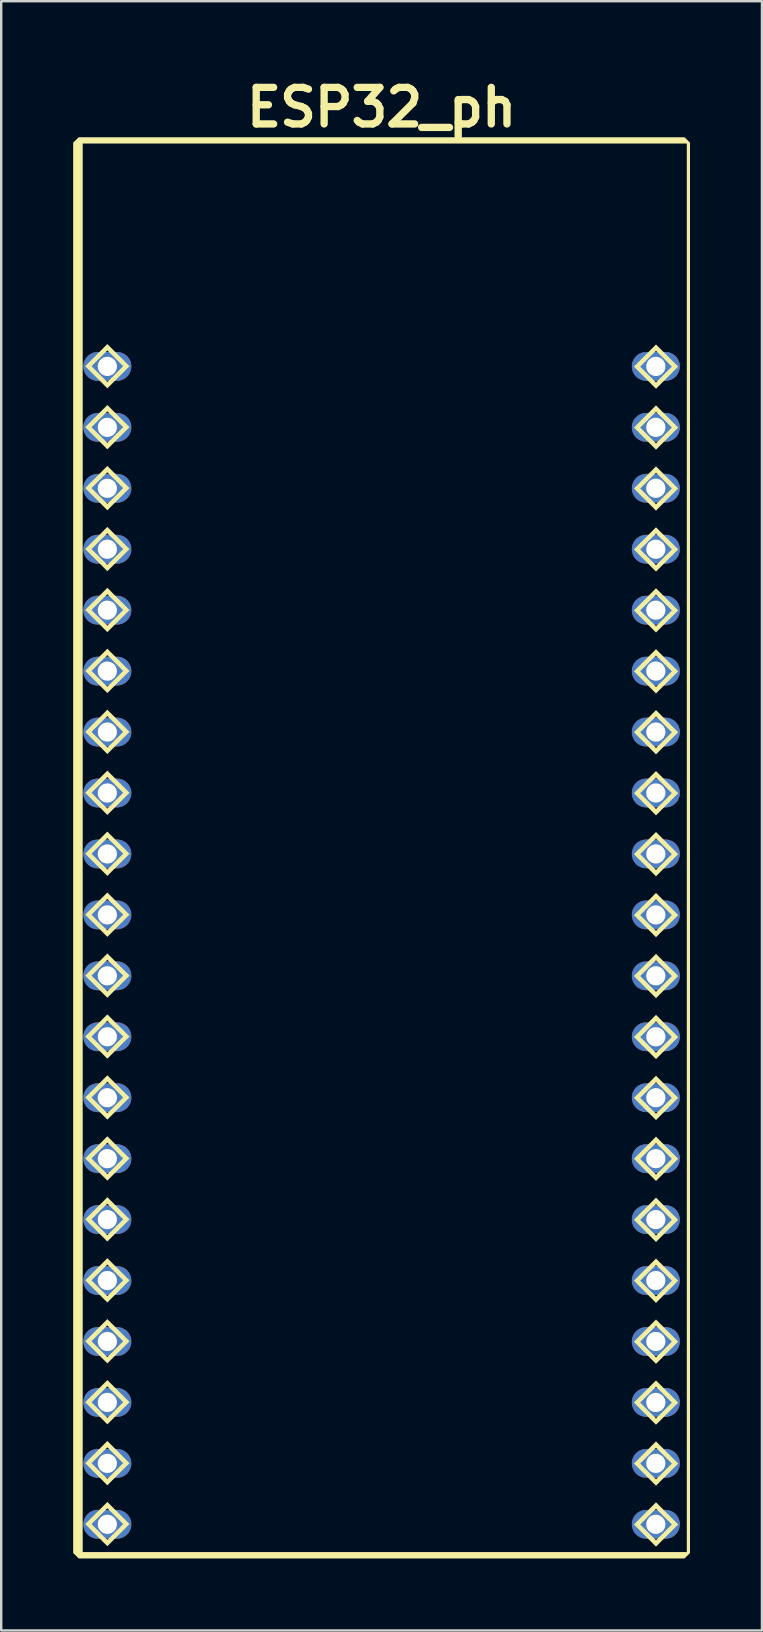
<source format=kicad_pcb>
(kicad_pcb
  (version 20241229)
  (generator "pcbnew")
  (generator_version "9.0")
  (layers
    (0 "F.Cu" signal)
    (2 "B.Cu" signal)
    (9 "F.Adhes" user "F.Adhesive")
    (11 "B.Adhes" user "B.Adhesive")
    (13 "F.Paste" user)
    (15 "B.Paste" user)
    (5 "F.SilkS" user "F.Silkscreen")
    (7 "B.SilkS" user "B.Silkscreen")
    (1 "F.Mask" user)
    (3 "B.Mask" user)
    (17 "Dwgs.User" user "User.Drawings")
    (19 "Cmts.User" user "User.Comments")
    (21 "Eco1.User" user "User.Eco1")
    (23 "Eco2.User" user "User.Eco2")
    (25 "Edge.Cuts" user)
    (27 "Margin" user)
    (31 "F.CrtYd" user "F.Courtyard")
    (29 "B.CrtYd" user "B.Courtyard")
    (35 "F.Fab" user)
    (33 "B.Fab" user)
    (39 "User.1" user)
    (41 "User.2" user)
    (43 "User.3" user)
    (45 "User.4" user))
  (footprint "ESP32_ph"
    (layer "F.Cu")
    (at 12.854 32.287)
    (property "Reference" "ESP32_ph" (at 0 -30.861 0) (layer "F.SilkS") (effects (font (size 1.524 1.524) (thickness 0.305))))
    (attr smd)
    (fp_poly (pts (xy -11.43 -20.998) (xy -11.43 -20.732) (xy -10.771 -20.074) (xy -11.43 -19.414) (xy -12.09 -20.074) (xy -11.43 -20.732) (xy -11.43 -20.998) (xy -12.354 -20.074) (xy -11.43 -19.15) (xy -10.506 -20.074) (xy -11.43 -20.998)) (stroke (width 0) (type solid)) (fill yes) (layer "F.SilkS"))
    (fp_poly (pts (xy -11.43 -18.457) (xy -11.43 -18.193) (xy -10.771 -17.533) (xy -11.43 -16.875) (xy -12.09 -17.533) (xy -11.43 -18.193) (xy -11.43 -18.457) (xy -12.354 -17.533) (xy -11.43 -16.609) (xy -10.506 -17.533) (xy -11.43 -18.457)) (stroke (width 0) (type solid)) (fill yes) (layer "F.SilkS"))
    (fp_poly (pts (xy -11.43 -15.918) (xy -11.43 -15.652) (xy -10.771 -14.994) (xy -11.43 -14.334) (xy -12.09 -14.994) (xy -11.43 -15.652) (xy -11.43 -15.918) (xy -12.354 -14.994) (xy -11.43 -14.07) (xy -10.506 -14.994) (xy -11.43 -15.918)) (stroke (width 0) (type solid)) (fill yes) (layer "F.SilkS"))
    (fp_poly (pts (xy -11.43 -13.377) (xy -11.43 -13.113) (xy -10.771 -12.453) (xy -11.43 -11.795) (xy -12.09 -12.453) (xy -11.43 -13.113) (xy -11.43 -13.377) (xy -12.354 -12.453) (xy -11.43 -11.531) (xy -10.506 -12.453) (xy -11.43 -13.377)) (stroke (width 0) (type solid)) (fill yes) (layer "F.SilkS"))
    (fp_poly (pts (xy -11.43 -10.838) (xy -11.43 -10.572) (xy -10.771 -9.914) (xy -11.43 -9.256) (xy -12.09 -9.914) (xy -11.43 -10.572) (xy -11.43 -10.838) (xy -12.354 -9.914) (xy -11.43 -8.99) (xy -10.506 -9.914) (xy -11.43 -10.838)) (stroke (width 0) (type solid)) (fill yes) (layer "F.SilkS"))
    (fp_poly (pts (xy -11.43 -8.299) (xy -11.43 -8.033) (xy -10.771 -7.375) (xy -11.43 -6.715) (xy -12.09 -7.375) (xy -11.43 -8.033) (xy -11.43 -8.299) (xy -12.354 -7.375) (xy -11.43 -6.451) (xy -10.506 -7.375) (xy -11.43 -8.299)) (stroke (width 0) (type solid)) (fill yes) (layer "F.SilkS"))
    (fp_poly (pts (xy -11.43 -5.758) (xy -11.43 -5.494) (xy -10.771 -4.834) (xy -11.43 -4.176) (xy -12.09 -4.834) (xy -11.43 -5.494) (xy -11.43 -5.758) (xy -12.354 -4.834) (xy -11.43 -3.91) (xy -10.506 -4.834) (xy -11.43 -5.758)) (stroke (width 0) (type solid)) (fill yes) (layer "F.SilkS"))
    (fp_poly (pts (xy -11.43 -3.219) (xy -11.43 -2.953) (xy -10.771 -2.295) (xy -11.43 -1.635) (xy -12.09 -2.295) (xy -11.43 -2.953) (xy -11.43 -3.219) (xy -12.354 -2.295) (xy -11.43 -1.371) (xy -10.506 -2.295) (xy -11.43 -3.219)) (stroke (width 0) (type solid)) (fill yes) (layer "F.SilkS"))
    (fp_poly (pts (xy -11.43 -0.678) (xy -11.43 -0.414) (xy -10.771 0.246) (xy -11.43 0.904) (xy -12.09 0.246) (xy -11.43 -0.414) (xy -11.43 -0.678) (xy -12.354 0.246) (xy -11.43 1.17) (xy -10.506 0.246) (xy -11.43 -0.678)) (stroke (width 0) (type solid)) (fill yes) (layer "F.SilkS"))
    (fp_poly (pts (xy -11.43 1.861) (xy -11.43 2.127) (xy -10.771 2.785) (xy -11.43 3.445) (xy -12.09 2.785) (xy -11.43 2.127) (xy -11.43 1.861) (xy -12.354 2.785) (xy -11.43 3.709) (xy -10.506 2.785) (xy -11.43 1.861)) (stroke (width 0) (type solid)) (fill yes) (layer "F.SilkS"))
    (fp_poly (pts (xy -11.43 4.402) (xy -11.43 4.666) (xy -10.771 5.326) (xy -11.43 5.984) (xy -12.09 5.326) (xy -11.43 4.666) (xy -11.43 4.402) (xy -12.354 5.326) (xy -11.43 6.248) (xy -10.506 5.326) (xy -11.43 4.402)) (stroke (width 0) (type solid)) (fill yes) (layer "F.SilkS"))
    (fp_poly (pts (xy -11.43 6.941) (xy -11.43 7.207) (xy -10.771 7.865) (xy -11.43 8.523) (xy -12.09 7.865) (xy -11.43 7.207) (xy -11.43 6.941) (xy -12.354 7.865) (xy -11.43 8.789) (xy -10.506 7.865) (xy -11.43 6.941)) (stroke (width 0) (type solid)) (fill yes) (layer "F.SilkS"))
    (fp_poly (pts (xy -11.43 9.48) (xy -11.43 9.746) (xy -10.771 10.404) (xy -11.43 11.064) (xy -12.09 10.404) (xy -11.43 9.746) (xy -11.43 9.48) (xy -12.354 10.404) (xy -11.43 11.328) (xy -10.506 10.404) (xy -11.43 9.48)) (stroke (width 0) (type solid)) (fill yes) (layer "F.SilkS"))
    (fp_poly (pts (xy -11.43 12.021) (xy -11.43 12.285) (xy -10.771 12.945) (xy -11.43 13.604) (xy -12.09 12.945) (xy -11.43 12.285) (xy -11.43 12.021) (xy -12.354 12.945) (xy -11.43 13.869) (xy -10.506 12.945) (xy -11.43 12.021)) (stroke (width 0) (type solid)) (fill yes) (layer "F.SilkS"))
    (fp_poly (pts (xy -11.43 14.561) (xy -11.43 14.826) (xy -10.771 15.484) (xy -11.43 16.145) (xy -12.09 15.484) (xy -11.43 14.826) (xy -11.43 14.561) (xy -12.354 15.484) (xy -11.43 16.408) (xy -10.506 15.484) (xy -11.43 14.561)) (stroke (width 0) (type solid)) (fill yes) (layer "F.SilkS"))
    (fp_poly (pts (xy -11.43 17.102) (xy -11.43 17.365) (xy -10.771 18.025) (xy -11.43 18.684) (xy -12.09 18.025) (xy -11.43 17.365) (xy -11.43 17.102) (xy -12.354 18.025) (xy -11.43 18.949) (xy -10.506 18.025) (xy -11.43 17.102)) (stroke (width 0) (type solid)) (fill yes) (layer "F.SilkS"))
    (fp_poly (pts (xy -11.43 19.641) (xy -11.43 19.906) (xy -10.771 20.564) (xy -11.43 21.225) (xy -12.09 20.564) (xy -11.43 19.906) (xy -11.43 19.641) (xy -12.354 20.564) (xy -11.43 21.488) (xy -10.506 20.564) (xy -11.43 19.641)) (stroke (width 0) (type solid)) (fill yes) (layer "F.SilkS"))
    (fp_poly (pts (xy -11.43 22.182) (xy -11.43 22.445) (xy -10.771 23.105) (xy -11.43 23.764) (xy -12.09 23.105) (xy -11.43 22.445) (xy -11.43 22.182) (xy -12.354 23.105) (xy -11.43 24.027) (xy -10.506 23.105) (xy -11.43 22.182)) (stroke (width 0) (type solid)) (fill yes) (layer "F.SilkS"))
    (fp_poly (pts (xy -11.43 24.721) (xy -11.43 24.986) (xy -10.771 25.645) (xy -11.43 26.303) (xy -12.09 25.645) (xy -11.43 24.986) (xy -11.43 24.721) (xy -12.354 25.645) (xy -11.43 26.568) (xy -10.506 25.645) (xy -11.43 24.721)) (stroke (width 0) (type solid)) (fill yes) (layer "F.SilkS"))
    (fp_poly (pts (xy -11.43 27.262) (xy -11.43 27.525) (xy -10.771 28.184) (xy -11.43 28.844) (xy -12.09 28.184) (xy -11.43 27.525) (xy -11.43 27.262) (xy -12.354 28.184) (xy -11.43 29.107) (xy -10.506 28.184) (xy -11.43 27.262)) (stroke (width 0) (type solid)) (fill yes) (layer "F.SilkS"))
    (fp_poly (pts (xy 11.437 -20.98) (xy 11.437 -20.717) (xy 12.098 -20.057) (xy 11.437 -19.398) (xy 10.779 -20.057) (xy 11.437 -20.717) (xy 11.437 -20.98) (xy 10.516 -20.057) (xy 11.437 -19.133) (xy 12.361 -20.057) (xy 11.437 -20.98)) (stroke (width 0) (type solid)) (fill yes) (layer "F.SilkS"))
    (fp_poly (pts (xy 11.437 -18.441) (xy 11.437 -18.176) (xy 12.098 -17.518) (xy 11.437 -16.857) (xy 10.779 -17.518) (xy 11.437 -18.176) (xy 11.437 -18.441) (xy 10.516 -17.518) (xy 11.437 -16.594) (xy 12.361 -17.518) (xy 11.437 -18.441)) (stroke (width 0) (type solid)) (fill yes) (layer "F.SilkS"))
    (fp_poly (pts (xy 11.437 -15.9) (xy 11.437 -15.637) (xy 12.098 -14.977) (xy 11.437 -14.318) (xy 10.779 -14.977) (xy 11.437 -15.637) (xy 11.437 -15.9) (xy 10.516 -14.977) (xy 11.437 -14.053) (xy 12.361 -14.977) (xy 11.437 -15.9)) (stroke (width 0) (type solid)) (fill yes) (layer "F.SilkS"))
    (fp_poly (pts (xy 11.437 -13.361) (xy 11.437 -13.096) (xy 12.098 -12.438) (xy 11.437 -11.777) (xy 10.779 -12.438) (xy 11.437 -13.096) (xy 11.437 -13.361) (xy 10.516 -12.438) (xy 11.437 -11.514) (xy 12.361 -12.438) (xy 11.437 -13.361)) (stroke (width 0) (type solid)) (fill yes) (layer "F.SilkS"))
    (fp_poly (pts (xy 11.437 -10.82) (xy 11.437 -10.557) (xy 12.098 -9.896) (xy 11.437 -9.238) (xy 10.779 -9.896) (xy 11.437 -10.557) (xy 11.437 -10.82) (xy 10.516 -9.896) (xy 11.437 -8.975) (xy 12.361 -9.896) (xy 11.437 -10.82)) (stroke (width 0) (type solid)) (fill yes) (layer "F.SilkS"))
    (fp_poly (pts (xy 11.437 -8.281) (xy 11.437 -8.016) (xy 12.098 -7.357) (xy 11.437 -6.699) (xy 10.779 -7.357) (xy 11.437 -8.016) (xy 11.437 -8.281) (xy 10.516 -7.357) (xy 11.437 -6.434) (xy 12.361 -7.357) (xy 11.437 -8.281)) (stroke (width 0) (type solid)) (fill yes) (layer "F.SilkS"))
    (fp_poly (pts (xy 11.437 -5.742) (xy 11.437 -5.477) (xy 12.098 -4.818) (xy 11.437 -4.158) (xy 10.779 -4.818) (xy 11.437 -5.477) (xy 11.437 -5.742) (xy 10.516 -4.818) (xy 11.437 -3.895) (xy 12.361 -4.818) (xy 11.437 -5.742)) (stroke (width 0) (type solid)) (fill yes) (layer "F.SilkS"))
    (fp_poly (pts (xy 11.437 -3.201) (xy 11.437 -2.938) (xy 12.098 -2.277) (xy 11.437 -1.619) (xy 10.779 -2.277) (xy 11.437 -2.938) (xy 11.437 -3.201) (xy 10.516 -2.277) (xy 11.437 -1.354) (xy 12.361 -2.277) (xy 11.437 -3.201)) (stroke (width 0) (type solid)) (fill yes) (layer "F.SilkS"))
    (fp_poly (pts (xy 11.437 -0.662) (xy 11.437 -0.396) (xy 12.098 0.262) (xy 11.437 0.922) (xy 10.779 0.262) (xy 11.437 -0.396) (xy 11.437 -0.662) (xy 10.516 0.262) (xy 11.437 1.186) (xy 12.361 0.262) (xy 11.437 -0.662)) (stroke (width 0) (type solid)) (fill yes) (layer "F.SilkS"))
    (fp_poly (pts (xy 11.437 1.879) (xy 11.437 2.143) (xy 12.098 2.803) (xy 11.437 3.461) (xy 10.779 2.803) (xy 11.437 2.143) (xy 11.437 1.879) (xy 10.516 2.803) (xy 11.437 3.727) (xy 12.361 2.803) (xy 11.437 1.879)) (stroke (width 0) (type solid)) (fill yes) (layer "F.SilkS"))
    (fp_poly (pts (xy 11.437 4.418) (xy 11.437 4.684) (xy 12.098 5.342) (xy 11.437 6.002) (xy 10.779 5.342) (xy 11.437 4.684) (xy 11.437 4.418) (xy 10.516 5.342) (xy 11.437 6.266) (xy 12.361 5.342) (xy 11.437 4.418)) (stroke (width 0) (type solid)) (fill yes) (layer "F.SilkS"))
    (fp_poly (pts (xy 11.437 6.959) (xy 11.437 7.223) (xy 12.098 7.883) (xy 11.437 8.541) (xy 10.779 7.883) (xy 11.437 7.223) (xy 11.437 6.959) (xy 10.516 7.883) (xy 11.437 8.805) (xy 12.361 7.883) (xy 11.437 6.959)) (stroke (width 0) (type solid)) (fill yes) (layer "F.SilkS"))
    (fp_poly (pts (xy 11.437 9.498) (xy 11.437 9.764) (xy 12.098 10.422) (xy 11.437 11.08) (xy 10.779 10.422) (xy 11.437 9.764) (xy 11.437 9.498) (xy 10.516 10.422) (xy 11.437 11.346) (xy 12.361 10.422) (xy 11.437 9.498)) (stroke (width 0) (type solid)) (fill yes) (layer "F.SilkS"))
    (fp_poly (pts (xy 11.437 12.037) (xy 11.437 12.303) (xy 12.098 12.961) (xy 11.437 13.621) (xy 10.779 12.961) (xy 11.437 12.303) (xy 11.437 12.037) (xy 10.516 12.961) (xy 11.437 13.885) (xy 12.361 12.961) (xy 11.437 12.037)) (stroke (width 0) (type solid)) (fill yes) (layer "F.SilkS"))
    (fp_poly (pts (xy 11.437 14.578) (xy 11.437 14.842) (xy 12.098 15.502) (xy 11.437 16.16) (xy 10.779 15.502) (xy 11.437 14.842) (xy 11.437 14.578) (xy 10.516 15.502) (xy 11.437 16.426) (xy 12.361 15.502) (xy 11.437 14.578)) (stroke (width 0) (type solid)) (fill yes) (layer "F.SilkS"))
    (fp_poly (pts (xy 11.437 17.117) (xy 11.437 17.383) (xy 12.098 18.041) (xy 11.437 18.701) (xy 10.779 18.041) (xy 11.437 17.383) (xy 11.437 17.117) (xy 10.516 18.041) (xy 11.437 18.965) (xy 12.361 18.041) (xy 11.437 17.117)) (stroke (width 0) (type solid)) (fill yes) (layer "F.SilkS"))
    (fp_poly (pts (xy 11.437 19.658) (xy 11.437 19.922) (xy 12.098 20.582) (xy 11.437 21.24) (xy 10.779 20.582) (xy 11.437 19.922) (xy 11.437 19.658) (xy 10.516 20.582) (xy 11.437 21.506) (xy 12.361 20.582) (xy 11.437 19.658)) (stroke (width 0) (type solid)) (fill yes) (layer "F.SilkS"))
    (fp_poly (pts (xy 11.437 22.197) (xy 11.437 22.463) (xy 12.098 23.121) (xy 11.437 23.781) (xy 10.779 23.121) (xy 11.437 22.463) (xy 11.437 22.197) (xy 10.516 23.121) (xy 11.437 24.045) (xy 12.361 23.121) (xy 11.437 22.197)) (stroke (width 0) (type solid)) (fill yes) (layer "F.SilkS"))
    (fp_poly (pts (xy 11.437 24.738) (xy 11.437 25.002) (xy 12.098 25.662) (xy 11.437 26.32) (xy 10.779 25.662) (xy 11.437 25.002) (xy 11.437 24.738) (xy 10.516 25.662) (xy 11.437 26.584) (xy 12.361 25.662) (xy 11.437 24.738)) (stroke (width 0) (type solid)) (fill yes) (layer "F.SilkS"))
    (fp_poly (pts (xy 11.437 27.277) (xy 11.437 27.543) (xy 12.098 28.201) (xy 11.437 28.859) (xy 10.779 28.201) (xy 11.437 27.543) (xy 11.437 27.277) (xy 10.516 28.201) (xy 11.437 29.125) (xy 12.361 28.201) (xy 11.437 27.277)) (stroke (width 0) (type solid)) (fill yes) (layer "F.SilkS"))
    (fp_poly (pts (xy -12.625 -29.617) (xy -12.457 -29.354) (xy 12.721 -29.354) (xy 12.721 29.352) (xy -12.457 29.352) (xy -12.457 -29.354) (xy -12.625 -29.617) (xy -12.758 -29.486) (xy -12.854 -29.391) (xy -12.854 29.391) (xy -12.625 29.617) (xy 12.627 29.617) (xy 12.854 29.391) (xy 12.854 -29.391) (xy 12.627 -29.617) (xy -12.494 -29.617) (xy -12.625 -29.617)) (stroke (width 0) (type solid)) (fill yes) (layer "F.SilkS"))
    (pad "1" thru_hole oval (at -11.43 -20.066 270) (size 1.2 2) (drill 0.8) (layers "*.Cu" "*.Mask"))
    (pad "2" thru_hole oval (at -11.43 -17.526 270) (size 1.2 2) (drill 0.8) (layers "*.Cu" "*.Mask"))
    (pad "3" thru_hole oval (at -11.43 -14.986 270) (size 1.2 2) (drill 0.8) (layers "*.Cu" "*.Mask"))
    (pad "4" thru_hole oval (at -11.43 -12.446 270) (size 1.2 2) (drill 0.8) (layers "*.Cu" "*.Mask"))
    (pad "5" thru_hole oval (at -11.43 -9.906 270) (size 1.2 2) (drill 0.8) (layers "*.Cu" "*.Mask"))
    (pad "6" thru_hole oval (at -11.43 -7.366 270) (size 1.2 2) (drill 0.8) (layers "*.Cu" "*.Mask"))
    (pad "7" thru_hole oval (at -11.43 -4.826 270) (size 1.2 2) (drill 0.8) (layers "*.Cu" "*.Mask"))
    (pad "8" thru_hole oval (at -11.43 -2.286 270) (size 1.2 2) (drill 0.8) (layers "*.Cu" "*.Mask"))
    (pad "9" thru_hole oval (at -11.43 0.254 270) (size 1.2 2) (drill 0.8) (layers "*.Cu" "*.Mask"))
    (pad "10" thru_hole oval (at -11.43 2.794 270) (size 1.2 2) (drill 0.8) (layers "*.Cu" "*.Mask"))
    (pad "11" thru_hole oval (at -11.43 5.334 270) (size 1.2 2) (drill 0.8) (layers "*.Cu" "*.Mask"))
    (pad "12" thru_hole oval (at -11.43 7.874 270) (size 1.2 2) (drill 0.8) (layers "*.Cu" "*.Mask"))
    (pad "13" thru_hole oval (at -11.43 10.414 270) (size 1.2 2) (drill 0.8) (layers "*.Cu" "*.Mask"))
    (pad "14" thru_hole oval (at -11.43 12.954 270) (size 1.2 2) (drill 0.8) (layers "*.Cu" "*.Mask"))
    (pad "15" thru_hole oval (at -11.43 15.494 270) (size 1.2 2) (drill 0.8) (layers "*.Cu" "*.Mask"))
    (pad "16" thru_hole oval (at -11.43 18.034 270) (size 1.2 2) (drill 0.8) (layers "*.Cu" "*.Mask"))
    (pad "17" thru_hole oval (at -11.43 20.574 270) (size 1.2 2) (drill 0.8) (layers "*.Cu" "*.Mask"))
    (pad "18" thru_hole oval (at -11.43 23.114 270) (size 1.2 2) (drill 0.8) (layers "*.Cu" "*.Mask"))
    (pad "19" thru_hole oval (at -11.43 25.654 270) (size 1.2 2) (drill 0.8) (layers "*.Cu" "*.Mask"))
    (pad "20" thru_hole oval (at -11.43 28.194 270) (size 1.2 2) (drill 0.8) (layers "*.Cu" "*.Mask"))
    (pad "21" thru_hole oval (at 11.43 28.194 270) (size 1.2 2) (drill 0.8) (layers "*.Cu" "*.Mask"))
    (pad "22" thru_hole oval (at 11.43 25.654 270) (size 1.2 2) (drill 0.8) (layers "*.Cu" "*.Mask"))
    (pad "23" thru_hole oval (at 11.43 23.114 270) (size 1.2 2) (drill 0.8) (layers "*.Cu" "*.Mask"))
    (pad "24" thru_hole oval (at 11.43 20.574 270) (size 1.2 2) (drill 0.8) (layers "*.Cu" "*.Mask"))
    (pad "25" thru_hole oval (at 11.43 18.034 270) (size 1.2 2) (drill 0.8) (layers "*.Cu" "*.Mask"))
    (pad "26" thru_hole oval (at 11.43 15.494 270) (size 1.2 2) (drill 0.8) (layers "*.Cu" "*.Mask"))
    (pad "27" thru_hole oval (at 11.43 12.954 270) (size 1.2 2) (drill 0.8) (layers "*.Cu" "*.Mask"))
    (pad "28" thru_hole oval (at 11.43 10.414 270) (size 1.2 2) (drill 0.8) (layers "*.Cu" "*.Mask"))
    (pad "29" thru_hole oval (at 11.43 7.874 270) (size 1.2 2) (drill 0.8) (layers "*.Cu" "*.Mask"))
    (pad "30" thru_hole oval (at 11.43 5.334 270) (size 1.2 2) (drill 0.8) (layers "*.Cu" "*.Mask"))
    (pad "31" thru_hole oval (at 11.43 2.794 270) (size 1.2 2) (drill 0.8) (layers "*.Cu" "*.Mask"))
    (pad "32" thru_hole oval (at 11.43 0.254 270) (size 1.2 2) (drill 0.8) (layers "*.Cu" "*.Mask"))
    (pad "33" thru_hole oval (at 11.43 -2.286 270) (size 1.2 2) (drill 0.8) (layers "*.Cu" "*.Mask"))
    (pad "34" thru_hole oval (at 11.43 -4.826 270) (size 1.2 2) (drill 0.8) (layers "*.Cu" "*.Mask"))
    (pad "35" thru_hole oval (at 11.43 -7.366 270) (size 1.2 2) (drill 0.8) (layers "*.Cu" "*.Mask"))
    (pad "36" thru_hole oval (at 11.43 -9.906 270) (size 1.2 2) (drill 0.8) (layers "*.Cu" "*.Mask"))
    (pad "37" thru_hole oval (at 11.43 -12.446 270) (size 1.2 2) (drill 0.8) (layers "*.Cu" "*.Mask"))
    (pad "38" thru_hole oval (at 11.43 -14.986 270) (size 1.2 2) (drill 0.8) (layers "*.Cu" "*.Mask"))
    (pad "39" thru_hole oval (at 11.43 -17.526 270) (size 1.2 2) (drill 0.8) (layers "*.Cu" "*.Mask"))
    (pad "40" thru_hole oval (at 11.43 -20.066 270) (size 1.2 2) (drill 0.8) (layers "*.Cu" "*.Mask")))
  (gr_rect
    (start -3 -3)
    (end 28.707 64.905)
    (stroke (width 0.1) (type default))
    (fill no)
    (layer "Edge.Cuts")))
</source>
